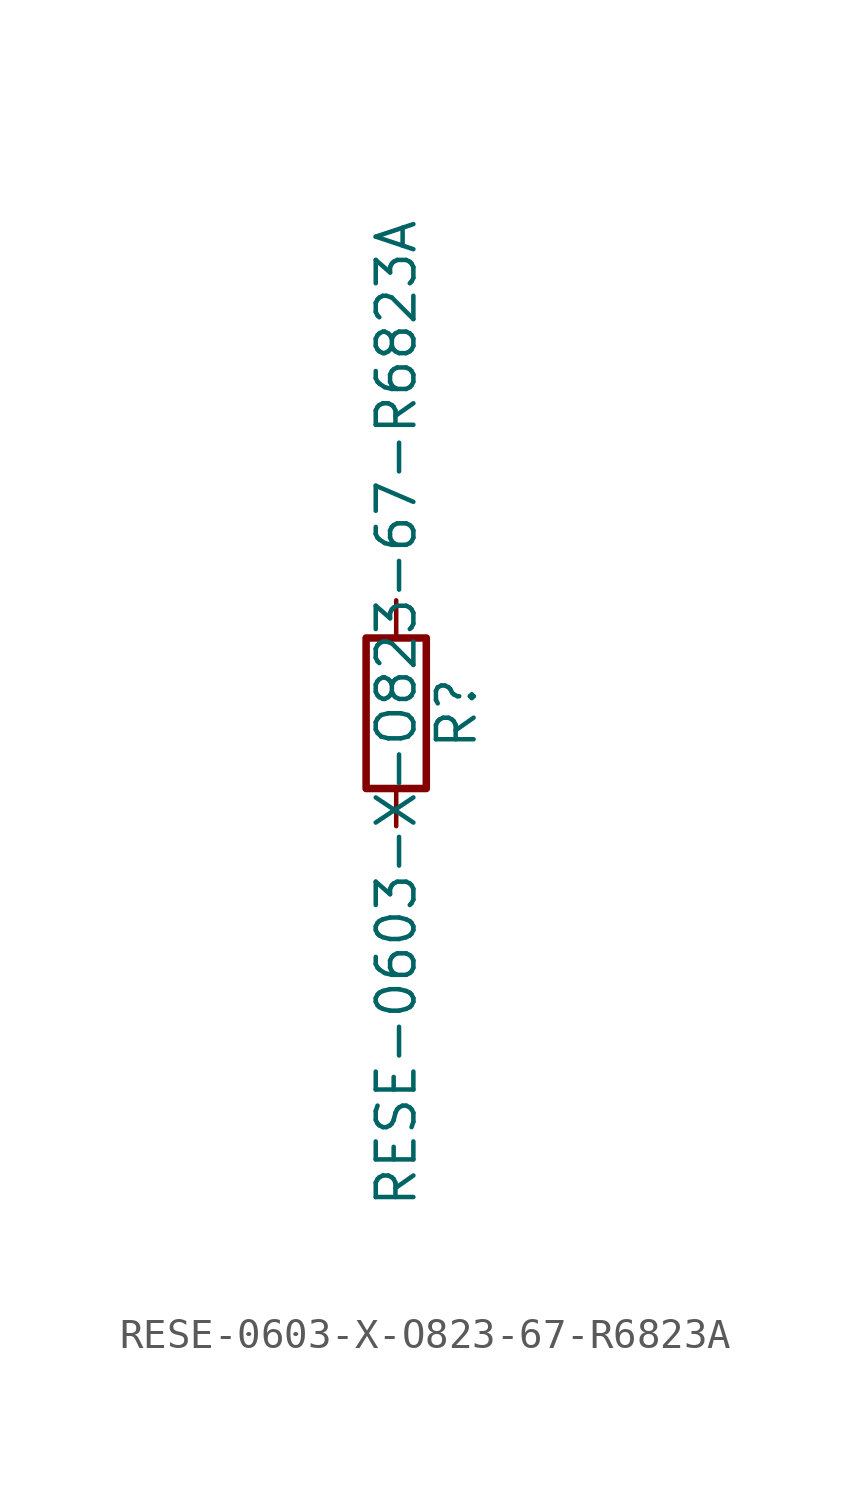
<source format=kicad_sym>
(kicad_symbol_lib
  (version 20211014)
  (generator kicad_symbol_editor)
  (symbol "RESE-0603-X-O823-67-R6823A"
    (pin_numbers hide)
    (pin_names
      (offset 0))
    (property "Reference" "R"
      (at 2.032 0 90)
      (effects (font (size 1.27 1.27))))
    (property "Value" "RESE-0603-X-O823-67-R6823A"
      (at 0 0 90)
      (effects (font (size 1.27 1.27))))
    (symbol "RESE-0603-X-O823-67-R6823A_0_1"
      (rectangle (start -1.016 -2.54) (end 1.016 2.54) (stroke (width 0.254) (type default) (color 0 0 0 0)) (fill (type none))))
    (symbol "RESE-0603-X-O823-67-R6823A_1_1"
      (pin passive line (at 0 3.81 270) (length 1.27) (name "~" (effects (font (size 1.27 1.27)))) (number "1" (effects (font (size 1.27 1.27)))))
      (pin passive line (at 0 -3.81 90) (length 1.27) (name "~" (effects (font (size 1.27 1.27)))) (number "2" (effects (font (size 1.27 1.27))))))))
</source>
